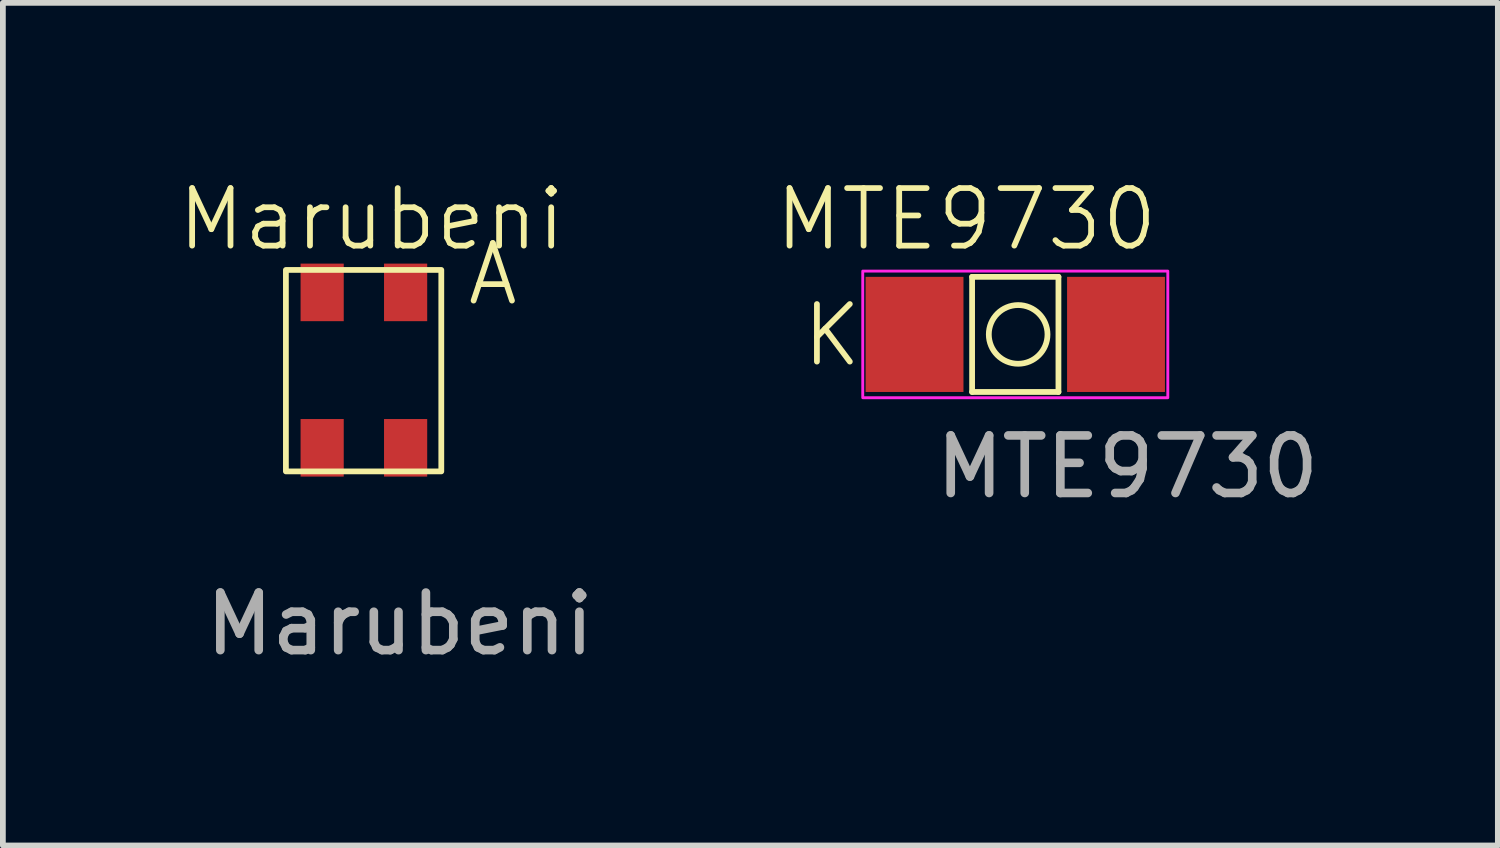
<source format=kicad_pcb>
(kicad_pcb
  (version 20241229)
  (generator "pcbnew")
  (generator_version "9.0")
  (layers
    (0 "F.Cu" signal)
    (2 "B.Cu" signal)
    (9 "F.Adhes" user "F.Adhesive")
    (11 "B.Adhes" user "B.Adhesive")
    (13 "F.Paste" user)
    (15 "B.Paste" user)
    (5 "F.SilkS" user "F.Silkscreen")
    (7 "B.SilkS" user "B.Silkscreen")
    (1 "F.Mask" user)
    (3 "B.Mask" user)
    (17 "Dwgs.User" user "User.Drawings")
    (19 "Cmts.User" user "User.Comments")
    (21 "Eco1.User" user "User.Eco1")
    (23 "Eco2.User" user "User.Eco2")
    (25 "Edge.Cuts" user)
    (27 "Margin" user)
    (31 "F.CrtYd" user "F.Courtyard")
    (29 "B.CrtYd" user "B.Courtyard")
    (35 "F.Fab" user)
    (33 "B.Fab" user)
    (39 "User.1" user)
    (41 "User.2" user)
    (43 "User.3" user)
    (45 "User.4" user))
  (footprint "Marubeni"
    (layer "F.Cu")
    (at 3.997 2.03)
    (property "Reference" "Marubeni" (at -0.59 -1.27 0) (unlocked yes) (layer "F.SilkS") (effects (font (size 1 1) (thickness 0.1))))
    (attr smd)
    (fp_rect (start -2.08 -0.39) (end 0.62 3.11) (stroke (width 0.1) (type default)) (fill no) (layer "F.SilkS"))
    (fp_text user "A" (at 1.02 0.27 0) (unlocked yes) (layer "F.SilkS") (effects (font (size 1 1) (thickness 0.1)) (justify left bottom)))
    (fp_text user "${REFERENCE}" (at -0.1 5.76 0) (unlocked yes) (layer "F.Fab") (effects (font (size 1 1) (thickness 0.15))))
    (pad "1" smd rect (at 0 0) (size 0.75 1) (layers "F.Cu" "F.Mask" "F.Paste"))
    (pad "2" smd rect (at -1.45 0) (size 0.75 1) (layers "F.Cu" "F.Mask" "F.Paste"))
    (pad "3" smd rect (at -1.45 2.7) (size 0.75 1) (layers "F.Cu" "F.Mask" "F.Paste"))
    (pad "4" smd rect (at 0 2.7) (size 0.75 1) (layers "F.Cu" "F.Mask" "F.Paste")))
  (footprint "MTE9730"
    (layer "F.Cu")
    (at 12.839 2.76)
    (property "Reference" "MTE9730" (at 0.9 -2 0) (unlocked yes) (layer "F.SilkS") (effects (font (size 1 1) (thickness 0.1))))
    (attr smd)
    (fp_line (start 1 -1) (end 2.5 -1) (stroke (width 0.1) (type default)) (layer "F.SilkS"))
    (fp_line (start 1 1) (end 1 -1) (stroke (width 0.1) (type default)) (layer "F.SilkS"))
    (fp_line (start 2.5 -1) (end 2.5 1) (stroke (width 0.1) (type default)) (layer "F.SilkS"))
    (fp_line (start 2.5 1) (end 1 1) (stroke (width 0.1) (type default)) (layer "F.SilkS"))
    (fp_circle (center 1.8 0) (end 1.9 0.5) (stroke (width 0.1) (type default)) (fill no) (layer "F.SilkS"))
    (fp_rect (start -0.9 -1.1) (end 4.4 1.1) (stroke (width 0.05) (type default)) (fill no) (layer "F.CrtYd"))
    (fp_text user "K" (at -2 0.6 0) (unlocked yes) (layer "F.SilkS") (effects (font (size 1 1) (thickness 0.1)) (justify left bottom)))
    (fp_text user "${REFERENCE}" (at 3.7 2.3 0) (unlocked yes) (layer "F.Fab") (effects (font (size 1 1) (thickness 0.15))))
    (pad "1" smd rect (at 0 0) (size 1.7 2) (layers "F.Cu" "F.Mask" "F.Paste"))
    (pad "2" smd rect (at 3.5 0) (size 1.7 2) (layers "F.Cu" "F.Mask" "F.Paste")))
  (gr_rect
    (start -3 -3)
    (end 22.973 11.639)
    (stroke (width 0.1) (type default))
    (fill no)
    (layer "Edge.Cuts")))
</source>
